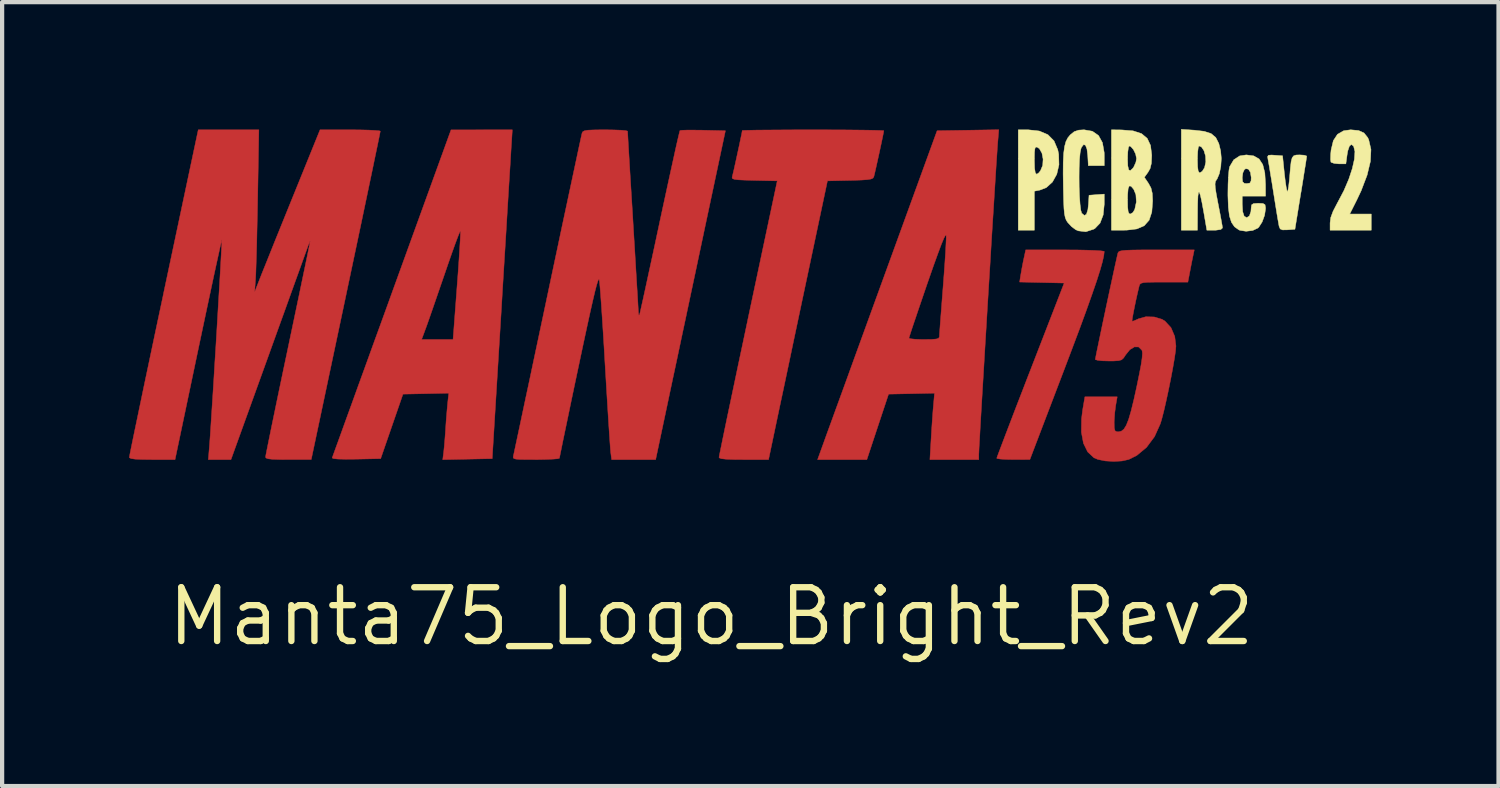
<source format=kicad_pcb>
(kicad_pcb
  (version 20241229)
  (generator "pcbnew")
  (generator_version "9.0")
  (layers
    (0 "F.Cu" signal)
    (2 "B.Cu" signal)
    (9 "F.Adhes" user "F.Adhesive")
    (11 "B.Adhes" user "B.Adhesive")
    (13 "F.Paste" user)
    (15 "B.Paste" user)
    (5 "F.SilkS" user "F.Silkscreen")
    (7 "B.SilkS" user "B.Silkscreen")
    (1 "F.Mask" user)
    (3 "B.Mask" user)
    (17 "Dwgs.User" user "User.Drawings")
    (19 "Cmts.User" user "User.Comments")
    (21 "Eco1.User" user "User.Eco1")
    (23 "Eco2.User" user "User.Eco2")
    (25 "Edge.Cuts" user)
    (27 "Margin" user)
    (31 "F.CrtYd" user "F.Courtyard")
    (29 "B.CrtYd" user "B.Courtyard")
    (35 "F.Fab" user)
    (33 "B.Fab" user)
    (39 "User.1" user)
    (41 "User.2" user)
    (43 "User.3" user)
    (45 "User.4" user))
  (footprint "Manta75_Logo_Bright_Rev2"
    (layer "F.Cu")
    (at 14.001 3.512)
    (property "Reference" "Manta75_Logo_Bright_Rev2" (at -0.25 8 180) (layer "F.SilkS") (effects (font (size 1.27 1.27) (thickness 0.15))))
    (attr through_hole)
    (fp_poly (pts (xy 8.376 -0.658) (xy 8.615 -0.653) (xy 8.811 -0.646) (xy 8.952 -0.637) (xy 9.026 -0.627) (xy 9.034 -0.622) (xy 9.023 -0.524) (xy 8.991 -0.378) (xy 8.935 -0.181) (xy 8.855 0.071) (xy 8.748 0.382) (xy 8.615 0.757) (xy 8.453 1.199) (xy 8.26 1.712) (xy 8.088 2.166) (xy 7.277 4.292) (xy 6.885 4.293) (xy 6.715 4.29) (xy 6.582 4.282) (xy 6.506 4.27) (xy 6.494 4.262) (xy 6.509 4.217) (xy 6.552 4.102) (xy 6.62 3.922) (xy 6.71 3.685) (xy 6.819 3.4) (xy 6.944 3.073) (xy 7.084 2.712) (xy 7.233 2.325) (xy 7.291 2.177) (xy 8.087 0.124) (xy 7.56 0.112) (xy 7.034 0.1) (xy 7.061 -0.069) (xy 7.087 -0.218) (xy 7.12 -0.39) (xy 7.133 -0.449) (xy 7.178 -0.659) (xy 8.106 -0.659) (xy 8.376 -0.658)) (stroke (width 0.01) (type solid)) (fill yes) (layer "F.Cu"))
    (fp_poly (pts (xy -4.968 -3.189) (xy -4.974 -3.1) (xy -4.984 -2.933) (xy -4.998 -2.696) (xy -5.017 -2.395) (xy -5.039 -2.036) (xy -5.064 -1.628) (xy -5.091 -1.176) (xy -5.121 -0.688) (xy -5.153 -0.171) (xy -5.186 0.37) (xy -5.205 0.695) (xy -5.424 4.272) (xy -6.593 4.296) (xy -6.57 4.115) (xy -6.557 3.988) (xy -6.542 3.809) (xy -6.527 3.611) (xy -6.524 3.553) (xy -6.51 3.348) (xy -6.493 3.145) (xy -6.478 2.98) (xy -6.475 2.948) (xy -6.45 2.725) (xy -6.991 2.737) (xy -7.532 2.748) (xy -8.059 4.272) (xy -8.64 4.284) (xy -8.883 4.286) (xy -9.063 4.282) (xy -9.173 4.271) (xy -9.205 4.255) (xy -9.189 4.21) (xy -9.146 4.091) (xy -9.078 3.904) (xy -8.987 3.653) (xy -8.876 3.345) (xy -8.745 2.985) (xy -8.598 2.577) (xy -8.435 2.129) (xy -8.26 1.645) (xy -8.192 1.457) (xy -7.092 1.457) (xy -6.349 1.457) (xy -6.253 0.184) (xy -6.229 -0.135) (xy -6.209 -0.426) (xy -6.193 -0.679) (xy -6.181 -0.882) (xy -6.174 -1.026) (xy -6.174 -1.1) (xy -6.175 -1.108) (xy -6.193 -1.075) (xy -6.235 -0.972) (xy -6.296 -0.81) (xy -6.372 -0.598) (xy -6.46 -0.347) (xy -6.545 -0.099) (xy -6.647 0.196) (xy -6.745 0.481) (xy -6.834 0.739) (xy -6.91 0.957) (xy -6.967 1.119) (xy -6.994 1.193) (xy -7.092 1.457) (xy -8.192 1.457) (xy -8.073 1.131) (xy -7.878 0.593) (xy -7.794 0.36) (xy -6.397 -3.494) (xy -4.949 -3.496) (xy -4.968 -3.189)) (stroke (width 0.01) (type solid)) (fill yes) (layer "F.Cu"))
    (fp_poly (pts (xy 2.521 -3.495) (xy 2.861 -3.494) (xy 3.163 -3.491) (xy 3.419 -3.488) (xy 3.621 -3.484) (xy 3.758 -3.48) (xy 3.823 -3.475) (xy 3.827 -3.474) (xy 3.818 -3.423) (xy 3.795 -3.309) (xy 3.762 -3.152) (xy 3.723 -2.971) (xy 3.682 -2.785) (xy 3.644 -2.614) (xy 3.613 -2.478) (xy 3.593 -2.396) (xy 3.59 -2.386) (xy 3.571 -2.355) (xy 3.525 -2.333) (xy 3.44 -2.319) (xy 3.301 -2.309) (xy 3.095 -2.302) (xy 3.031 -2.301) (xy 2.495 -2.289) (xy 1.998 0.06) (xy 1.898 0.531) (xy 1.798 1.005) (xy 1.699 1.472) (xy 1.605 1.92) (xy 1.517 2.337) (xy 1.438 2.711) (xy 1.37 3.029) (xy 1.317 3.281) (xy 1.302 3.352) (xy 1.104 4.294) (xy 0.518 4.294) (xy 0.27 4.292) (xy 0.098 4.285) (xy -0.009 4.273) (xy -0.059 4.255) (xy -0.066 4.241) (xy -0.058 4.192) (xy -0.032 4.067) (xy 0.008 3.871) (xy 0.061 3.613) (xy 0.127 3.296) (xy 0.204 2.93) (xy 0.291 2.518) (xy 0.385 2.069) (xy 0.487 1.589) (xy 0.594 1.083) (xy 0.622 0.949) (xy 1.309 -2.289) (xy 0.766 -2.301) (xy 0.543 -2.307) (xy 0.392 -2.314) (xy 0.3 -2.325) (xy 0.254 -2.342) (xy 0.242 -2.367) (xy 0.246 -2.386) (xy 0.261 -2.449) (xy 0.29 -2.572) (xy 0.326 -2.735) (xy 0.366 -2.919) (xy 0.406 -3.103) (xy 0.441 -3.269) (xy 0.468 -3.398) (xy 0.481 -3.47) (xy 0.482 -3.478) (xy 0.523 -3.482) (xy 0.64 -3.485) (xy 0.823 -3.489) (xy 1.063 -3.491) (xy 1.353 -3.493) (xy 1.682 -3.495) (xy 2.041 -3.496) (xy 2.155 -3.496) (xy 2.521 -3.495)) (stroke (width 0.01) (type solid)) (fill yes) (layer "F.Cu"))
    (fp_poly (pts (xy 6.517 -3.19) (xy 6.51 -3.094) (xy 6.499 -2.925) (xy 6.483 -2.689) (xy 6.465 -2.396) (xy 6.443 -2.051) (xy 6.419 -1.663) (xy 6.392 -1.24) (xy 6.364 -0.788) (xy 6.336 -0.317) (xy 6.306 0.167) (xy 6.276 0.656) (xy 6.247 1.142) (xy 6.218 1.618) (xy 6.191 2.076) (xy 6.165 2.508) (xy 6.141 2.906) (xy 6.12 3.264) (xy 6.102 3.573) (xy 6.088 3.826) (xy 6.077 4.015) (xy 6.072 4.133) (xy 6.07 4.168) (xy 6.07 4.294) (xy 4.915 4.294) (xy 4.944 3.796) (xy 4.958 3.564) (xy 4.974 3.329) (xy 4.989 3.124) (xy 4.999 3.012) (xy 5.024 2.725) (xy 4.481 2.737) (xy 3.939 2.748) (xy 3.682 3.521) (xy 3.426 4.294) (xy 2.262 4.294) (xy 2.396 3.923) (xy 2.43 3.828) (xy 2.491 3.659) (xy 2.577 3.424) (xy 2.684 3.129) (xy 2.811 2.781) (xy 2.955 2.385) (xy 3.113 1.948) (xy 3.284 1.478) (xy 3.303 1.426) (xy 4.419 1.426) (xy 4.458 1.44) (xy 4.563 1.451) (xy 4.713 1.457) (xy 4.779 1.457) (xy 4.957 1.455) (xy 5.066 1.446) (xy 5.121 1.427) (xy 5.139 1.396) (xy 5.139 1.39) (xy 5.142 1.33) (xy 5.151 1.199) (xy 5.165 1.007) (xy 5.184 0.766) (xy 5.205 0.489) (xy 5.226 0.221) (xy 5.249 -0.082) (xy 5.269 -0.363) (xy 5.285 -0.608) (xy 5.295 -0.806) (xy 5.301 -0.942) (xy 5.3 -1.002) (xy 5.285 -1.007) (xy 5.248 -0.939) (xy 5.188 -0.797) (xy 5.106 -0.578) (xy 4.999 -0.282) (xy 4.868 0.093) (xy 4.853 0.136) (xy 4.747 0.446) (xy 4.65 0.73) (xy 4.566 0.979) (xy 4.497 1.182) (xy 4.449 1.33) (xy 4.423 1.413) (xy 4.419 1.426) (xy 3.303 1.426) (xy 3.465 0.98) (xy 3.654 0.46) (xy 3.807 0.039) (xy 5.085 -3.474) (xy 5.814 -3.486) (xy 6.543 -3.498) (xy 6.517 -3.19)) (stroke (width 0.01) (type solid)) (fill yes) (layer "F.Cu"))
    (fp_poly (pts (xy 11.136 -0.543) (xy 11.114 -0.439) (xy 11.084 -0.288) (xy 11.06 -0.162) (xy 11.009 0.103) (xy 10.445 0.103) (xy 10.218 0.103) (xy 10.061 0.106) (xy 9.961 0.114) (xy 9.903 0.13) (xy 9.874 0.155) (xy 9.86 0.191) (xy 9.857 0.202) (xy 9.82 0.357) (xy 9.781 0.532) (xy 9.745 0.706) (xy 9.715 0.859) (xy 9.695 0.972) (xy 9.69 1.025) (xy 9.69 1.027) (xy 9.732 1.018) (xy 9.819 0.98) (xy 9.841 0.969) (xy 10.015 0.92) (xy 10.213 0.925) (xy 10.397 0.98) (xy 10.467 1.022) (xy 10.61 1.177) (xy 10.699 1.385) (xy 10.727 1.611) (xy 10.718 1.726) (xy 10.692 1.905) (xy 10.653 2.131) (xy 10.605 2.386) (xy 10.551 2.652) (xy 10.495 2.912) (xy 10.441 3.147) (xy 10.391 3.34) (xy 10.359 3.447) (xy 10.222 3.751) (xy 10.033 4.005) (xy 9.802 4.197) (xy 9.613 4.291) (xy 9.454 4.327) (xy 9.259 4.338) (xy 9.058 4.326) (xy 8.885 4.291) (xy 8.792 4.253) (xy 8.642 4.113) (xy 8.542 3.909) (xy 8.493 3.646) (xy 8.497 3.33) (xy 8.524 3.116) (xy 8.576 2.812) (xy 9.34 2.812) (xy 9.305 3.013) (xy 9.282 3.187) (xy 9.269 3.376) (xy 9.268 3.426) (xy 9.271 3.551) (xy 9.288 3.614) (xy 9.329 3.636) (xy 9.37 3.638) (xy 9.437 3.623) (xy 9.498 3.575) (xy 9.554 3.484) (xy 9.61 3.342) (xy 9.669 3.14) (xy 9.735 2.87) (xy 9.799 2.58) (xy 9.86 2.283) (xy 9.903 2.059) (xy 9.927 1.897) (xy 9.935 1.789) (xy 9.928 1.724) (xy 9.922 1.71) (xy 9.846 1.634) (xy 9.747 1.632) (xy 9.638 1.698) (xy 9.539 1.821) (xy 9.49 1.895) (xy 9.442 1.938) (xy 9.37 1.958) (xy 9.253 1.965) (xy 9.136 1.965) (xy 8.985 1.961) (xy 8.874 1.948) (xy 8.823 1.931) (xy 8.822 1.927) (xy 8.831 1.878) (xy 8.854 1.759) (xy 8.891 1.582) (xy 8.937 1.36) (xy 8.99 1.106) (xy 9.048 0.832) (xy 9.108 0.55) (xy 9.167 0.274) (xy 9.223 0.016) (xy 9.272 -0.212) (xy 9.313 -0.397) (xy 9.342 -0.526) (xy 9.356 -0.585) (xy 9.37 -0.61) (xy 9.401 -0.629) (xy 9.461 -0.642) (xy 9.561 -0.651) (xy 9.71 -0.656) (xy 9.921 -0.659) (xy 10.203 -0.659) (xy 10.269 -0.659) (xy 11.16 -0.659) (xy 11.136 -0.543)) (stroke (width 0.01) (type solid)) (fill yes) (layer "F.Cu"))
    (fp_poly (pts (xy -10.964 -1.898) (xy -10.971 -1.523) (xy -10.979 -1.162) (xy -10.986 -0.827) (xy -10.994 -0.529) (xy -11.002 -0.281) (xy -11.008 -0.094) (xy -11.014 0.018) (xy -11.036 0.336) (xy -10.895 -0.024) (xy -10.847 -0.145) (xy -10.771 -0.333) (xy -10.673 -0.577) (xy -10.557 -0.867) (xy -10.426 -1.19) (xy -10.286 -1.536) (xy -10.141 -1.894) (xy -10.122 -1.94) (xy -9.491 -3.496) (xy -8.78 -3.496) (xy -8.545 -3.494) (xy -8.343 -3.489) (xy -8.187 -3.481) (xy -8.091 -3.472) (xy -8.067 -3.464) (xy -8.076 -3.419) (xy -8.1 -3.297) (xy -8.14 -3.103) (xy -8.194 -2.845) (xy -8.26 -2.526) (xy -8.338 -2.154) (xy -8.426 -1.734) (xy -8.523 -1.271) (xy -8.628 -0.773) (xy -8.74 -0.243) (xy -8.857 0.311) (xy -8.882 0.431) (xy -9.699 4.293) (xy -10.239 4.293) (xy -10.468 4.292) (xy -10.624 4.286) (xy -10.72 4.275) (xy -10.768 4.256) (xy -10.778 4.234) (xy -10.77 4.183) (xy -10.745 4.056) (xy -10.706 3.862) (xy -10.654 3.606) (xy -10.59 3.297) (xy -10.517 2.942) (xy -10.435 2.549) (xy -10.346 2.124) (xy -10.251 1.674) (xy -10.249 1.664) (xy -10.155 1.216) (xy -10.066 0.792) (xy -9.984 0.401) (xy -9.911 0.049) (xy -9.847 -0.257) (xy -9.795 -0.508) (xy -9.756 -0.699) (xy -9.732 -0.822) (xy -9.723 -0.869) (xy -9.723 -0.869) (xy -9.737 -0.846) (xy -9.771 -0.762) (xy -9.808 -0.659) (xy -9.838 -0.577) (xy -9.893 -0.424) (xy -9.971 -0.206) (xy -10.07 0.067) (xy -10.186 0.389) (xy -10.316 0.751) (xy -10.459 1.146) (xy -10.61 1.565) (xy -10.743 1.934) (xy -11.595 4.294) (xy -12.13 4.294) (xy -12.108 4.029) (xy -12.098 3.901) (xy -12.084 3.707) (xy -12.068 3.458) (xy -12.049 3.161) (xy -12.027 2.826) (xy -12.004 2.462) (xy -11.981 2.078) (xy -11.956 1.683) (xy -11.932 1.286) (xy -11.909 0.895) (xy -11.887 0.521) (xy -11.866 0.172) (xy -11.848 -0.143) (xy -11.833 -0.416) (xy -11.821 -0.636) (xy -11.813 -0.795) (xy -11.809 -0.884) (xy -11.81 -0.9) (xy -11.82 -0.862) (xy -11.847 -0.748) (xy -11.887 -0.565) (xy -11.941 -0.32) (xy -12.006 -0.02) (xy -12.08 0.328) (xy -12.163 0.717) (xy -12.253 1.141) (xy -12.348 1.591) (xy -12.369 1.69) (xy -12.916 4.294) (xy -13.456 4.294) (xy -13.693 4.291) (xy -13.856 4.284) (xy -13.953 4.27) (xy -13.994 4.25) (xy -13.996 4.241) (xy -13.988 4.193) (xy -13.963 4.067) (xy -13.923 3.871) (xy -13.869 3.61) (xy -13.802 3.289) (xy -13.724 2.914) (xy -13.636 2.492) (xy -13.538 2.028) (xy -13.433 1.529) (xy -13.321 0.999) (xy -13.203 0.445) (xy -13.183 0.346) (xy -12.368 -3.496) (xy -10.936 -3.496) (xy -10.964 -1.898)) (stroke (width 0.01) (type solid)) (fill yes) (layer "F.Cu"))
    (fp_poly (pts (xy -2.553 -3.493) (xy -2.388 -3.487) (xy -2.274 -3.477) (xy -2.227 -3.465) (xy -2.227 -3.464) (xy -2.224 -3.417) (xy -2.217 -3.293) (xy -2.206 -3.101) (xy -2.191 -2.85) (xy -2.173 -2.547) (xy -2.152 -2.201) (xy -2.128 -1.819) (xy -2.103 -1.411) (xy -2.1 -1.358) (xy -2.075 -0.944) (xy -2.051 -0.553) (xy -2.03 -0.194) (xy -2.011 0.124) (xy -1.994 0.394) (xy -1.982 0.605) (xy -1.974 0.75) (xy -1.97 0.82) (xy -1.97 0.822) (xy -1.961 0.883) (xy -1.946 0.878) (xy -1.933 0.828) (xy -1.905 0.703) (xy -1.862 0.511) (xy -1.807 0.26) (xy -1.742 -0.041) (xy -1.667 -0.386) (xy -1.585 -0.766) (xy -1.498 -1.173) (xy -1.468 -1.315) (xy -1.379 -1.728) (xy -1.295 -2.116) (xy -1.218 -2.47) (xy -1.149 -2.784) (xy -1.091 -3.049) (xy -1.044 -3.257) (xy -1.01 -3.4) (xy -0.992 -3.471) (xy -0.989 -3.478) (xy -0.941 -3.485) (xy -0.826 -3.489) (xy -0.659 -3.489) (xy -0.459 -3.487) (xy -0.442 -3.486) (xy 0.085 -3.474) (xy -0.414 -1.125) (xy -0.519 -0.628) (xy -0.63 -0.104) (xy -0.744 0.431) (xy -0.856 0.961) (xy -0.965 1.472) (xy -1.065 1.947) (xy -1.156 2.371) (xy -1.232 2.73) (xy -1.238 2.759) (xy -1.563 4.294) (xy -2.603 4.294) (xy -2.626 4.114) (xy -2.633 4.034) (xy -2.644 3.88) (xy -2.659 3.66) (xy -2.677 3.385) (xy -2.697 3.063) (xy -2.719 2.705) (xy -2.742 2.32) (xy -2.758 2.05) (xy -2.781 1.655) (xy -2.804 1.282) (xy -2.826 0.941) (xy -2.846 0.641) (xy -2.864 0.392) (xy -2.879 0.202) (xy -2.891 0.081) (xy -2.897 0.042) (xy -2.908 0.035) (xy -2.928 0.076) (xy -2.958 0.172) (xy -2.998 0.326) (xy -3.049 0.542) (xy -3.113 0.825) (xy -3.19 1.178) (xy -3.282 1.606) (xy -3.381 2.074) (xy -3.469 2.489) (xy -3.551 2.879) (xy -3.625 3.237) (xy -3.691 3.553) (xy -3.747 3.821) (xy -3.79 4.032) (xy -3.82 4.179) (xy -3.835 4.254) (xy -3.836 4.262) (xy -3.875 4.274) (xy -3.984 4.283) (xy -4.146 4.29) (xy -4.346 4.294) (xy -4.391 4.294) (xy -4.616 4.293) (xy -4.769 4.291) (xy -4.864 4.283) (xy -4.913 4.269) (xy -4.929 4.245) (xy -4.925 4.21) (xy -4.922 4.198) (xy -4.91 4.144) (xy -4.882 4.012) (xy -4.839 3.81) (xy -4.782 3.543) (xy -4.713 3.217) (xy -4.633 2.839) (xy -4.542 2.415) (xy -4.444 1.949) (xy -4.338 1.45) (xy -4.226 0.922) (xy -4.111 0.378) (xy -3.995 -0.172) (xy -3.883 -0.699) (xy -3.778 -1.197) (xy -3.679 -1.66) (xy -3.589 -2.082) (xy -3.509 -2.457) (xy -3.44 -2.78) (xy -3.384 -3.044) (xy -3.341 -3.243) (xy -3.313 -3.371) (xy -3.301 -3.422) (xy -3.283 -3.453) (xy -3.242 -3.474) (xy -3.163 -3.487) (xy -3.032 -3.493) (xy -2.835 -3.496) (xy -2.753 -3.496) (xy -2.553 -3.493)) (stroke (width 0.01) (type solid)) (fill yes) (layer "F.Cu"))
    (fp_poly (pts (xy 8.376 -0.658) (xy 8.615 -0.653) (xy 8.811 -0.646) (xy 8.952 -0.637) (xy 9.026 -0.627) (xy 9.034 -0.622) (xy 9.023 -0.524) (xy 8.991 -0.378) (xy 8.935 -0.181) (xy 8.855 0.071) (xy 8.748 0.382) (xy 8.615 0.757) (xy 8.453 1.199) (xy 8.26 1.712) (xy 8.088 2.166) (xy 7.277 4.292) (xy 6.885 4.293) (xy 6.715 4.29) (xy 6.582 4.282) (xy 6.506 4.27) (xy 6.494 4.262) (xy 6.509 4.217) (xy 6.552 4.102) (xy 6.62 3.922) (xy 6.71 3.685) (xy 6.819 3.4) (xy 6.944 3.073) (xy 7.084 2.712) (xy 7.233 2.325) (xy 7.291 2.177) (xy 8.087 0.124) (xy 7.56 0.112) (xy 7.034 0.1) (xy 7.061 -0.069) (xy 7.087 -0.218) (xy 7.12 -0.39) (xy 7.133 -0.449) (xy 7.178 -0.659) (xy 8.106 -0.659) (xy 8.376 -0.658)) (stroke (width 0.01) (type solid)) (fill yes) (layer "F.Mask"))
    (fp_poly (pts (xy 11.136 -0.543) (xy 11.114 -0.439) (xy 11.084 -0.288) (xy 11.06 -0.162) (xy 11.009 0.103) (xy 10.445 0.103) (xy 10.218 0.103) (xy 10.061 0.106) (xy 9.961 0.114) (xy 9.903 0.13) (xy 9.874 0.155) (xy 9.86 0.191) (xy 9.857 0.202) (xy 9.82 0.357) (xy 9.781 0.532) (xy 9.745 0.706) (xy 9.715 0.859) (xy 9.695 0.972) (xy 9.69 1.025) (xy 9.69 1.027) (xy 9.732 1.018) (xy 9.819 0.98) (xy 9.841 0.969) (xy 10.015 0.92) (xy 10.213 0.925) (xy 10.397 0.98) (xy 10.467 1.022) (xy 10.61 1.177) (xy 10.699 1.385) (xy 10.727 1.611) (xy 10.718 1.726) (xy 10.692 1.905) (xy 10.653 2.131) (xy 10.605 2.386) (xy 10.551 2.652) (xy 10.495 2.912) (xy 10.441 3.147) (xy 10.391 3.34) (xy 10.359 3.447) (xy 10.222 3.751) (xy 10.033 4.005) (xy 9.802 4.197) (xy 9.613 4.291) (xy 9.454 4.327) (xy 9.259 4.338) (xy 9.058 4.326) (xy 8.885 4.291) (xy 8.792 4.253) (xy 8.642 4.113) (xy 8.542 3.909) (xy 8.493 3.646) (xy 8.497 3.33) (xy 8.524 3.116) (xy 8.576 2.812) (xy 9.34 2.812) (xy 9.305 3.013) (xy 9.282 3.187) (xy 9.269 3.376) (xy 9.268 3.426) (xy 9.271 3.551) (xy 9.288 3.614) (xy 9.329 3.636) (xy 9.37 3.638) (xy 9.437 3.623) (xy 9.498 3.575) (xy 9.554 3.484) (xy 9.61 3.342) (xy 9.669 3.14) (xy 9.735 2.87) (xy 9.799 2.58) (xy 9.86 2.283) (xy 9.903 2.059) (xy 9.927 1.897) (xy 9.935 1.789) (xy 9.928 1.724) (xy 9.922 1.71) (xy 9.846 1.634) (xy 9.747 1.632) (xy 9.638 1.698) (xy 9.539 1.821) (xy 9.49 1.895) (xy 9.442 1.938) (xy 9.37 1.958) (xy 9.253 1.965) (xy 9.136 1.965) (xy 8.985 1.961) (xy 8.874 1.948) (xy 8.823 1.931) (xy 8.822 1.927) (xy 8.831 1.878) (xy 8.854 1.759) (xy 8.891 1.582) (xy 8.937 1.36) (xy 8.99 1.106) (xy 9.048 0.832) (xy 9.108 0.55) (xy 9.167 0.274) (xy 9.223 0.016) (xy 9.272 -0.212) (xy 9.313 -0.397) (xy 9.342 -0.526) (xy 9.356 -0.585) (xy 9.37 -0.61) (xy 9.401 -0.629) (xy 9.461 -0.642) (xy 9.561 -0.651) (xy 9.71 -0.656) (xy 9.921 -0.659) (xy 10.203 -0.659) (xy 10.269 -0.659) (xy 11.16 -0.659) (xy 11.136 -0.543)) (stroke (width 0.01) (type solid)) (fill yes) (layer "F.Mask"))
    (fp_poly (pts (xy 7.499 -3.467) (xy 7.702 -3.381) (xy 7.847 -3.234) (xy 7.936 -3.024) (xy 7.957 -2.918) (xy 7.964 -2.67) (xy 7.912 -2.446) (xy 7.81 -2.262) (xy 7.664 -2.13) (xy 7.514 -2.072) (xy 7.383 -2.046) (xy 7.383 -1.125) (xy 7.002 -1.125) (xy 7.002 -2.775) (xy 7.383 -2.775) (xy 7.388 -2.587) (xy 7.405 -2.479) (xy 7.438 -2.445) (xy 7.489 -2.481) (xy 7.528 -2.531) (xy 7.58 -2.656) (xy 7.589 -2.803) (xy 7.562 -2.944) (xy 7.501 -3.051) (xy 7.449 -3.086) (xy 7.416 -3.088) (xy 7.396 -3.053) (xy 7.386 -2.965) (xy 7.383 -2.81) (xy 7.383 -2.775) (xy 7.002 -2.775) (xy 7.002 -3.496) (xy 7.236 -3.496) (xy 7.499 -3.467)) (stroke (width 0.01) (type solid)) (fill yes) (layer "F.SilkS"))
    (fp_poly (pts (xy 15.042 -3.479) (xy 15.169 -3.422) (xy 15.256 -3.314) (xy 15.281 -3.261) (xy 15.334 -3.032) (xy 15.321 -2.752) (xy 15.243 -2.426) (xy 15.102 -2.056) (xy 14.997 -1.834) (xy 14.832 -1.506) (xy 15.341 -1.506) (xy 15.341 -1.125) (xy 14.368 -1.125) (xy 14.368 -1.296) (xy 14.384 -1.423) (xy 14.44 -1.574) (xy 14.541 -1.769) (xy 14.555 -1.794) (xy 14.696 -2.062) (xy 14.81 -2.329) (xy 14.893 -2.581) (xy 14.943 -2.803) (xy 14.955 -2.982) (xy 14.925 -3.105) (xy 14.922 -3.11) (xy 14.871 -3.15) (xy 14.825 -3.111) (xy 14.786 -2.997) (xy 14.77 -2.903) (xy 14.741 -2.691) (xy 14.578 -2.691) (xy 14.466 -2.702) (xy 14.395 -2.727) (xy 14.388 -2.734) (xy 14.379 -2.797) (xy 14.382 -2.915) (xy 14.392 -3.019) (xy 14.445 -3.24) (xy 14.543 -3.39) (xy 14.69 -3.474) (xy 14.854 -3.496) (xy 15.042 -3.479)) (stroke (width 0.01) (type solid)) (fill yes) (layer "F.SilkS"))
    (fp_poly (pts (xy 13.755 -2.896) (xy 13.812 -2.878) (xy 13.816 -2.871) (xy 13.809 -2.822) (xy 13.791 -2.701) (xy 13.762 -2.524) (xy 13.727 -2.302) (xy 13.686 -2.049) (xy 13.676 -1.993) (xy 13.538 -1.146) (xy 13.362 -1.133) (xy 13.247 -1.131) (xy 13.19 -1.154) (xy 13.165 -1.213) (xy 13.163 -1.218) (xy 13.15 -1.292) (xy 13.125 -1.433) (xy 13.094 -1.624) (xy 13.058 -1.849) (xy 13.035 -1.993) (xy 12.997 -2.232) (xy 12.961 -2.449) (xy 12.932 -2.628) (xy 12.91 -2.751) (xy 12.903 -2.789) (xy 12.892 -2.863) (xy 12.914 -2.895) (xy 12.988 -2.9) (xy 13.062 -2.895) (xy 13.246 -2.882) (xy 13.288 -2.472) (xy 13.309 -2.294) (xy 13.33 -2.15) (xy 13.349 -2.058) (xy 13.357 -2.036) (xy 13.372 -2.063) (xy 13.389 -2.157) (xy 13.406 -2.302) (xy 13.413 -2.383) (xy 13.431 -2.599) (xy 13.448 -2.746) (xy 13.472 -2.835) (xy 13.509 -2.882) (xy 13.565 -2.9) (xy 13.646 -2.903) (xy 13.651 -2.903) (xy 13.755 -2.896)) (stroke (width 0.01) (type solid)) (fill yes) (layer "F.SilkS"))
    (fp_poly (pts (xy 11.161 -3.487) (xy 11.393 -3.46) (xy 11.557 -3.407) (xy 11.668 -3.314) (xy 11.74 -3.172) (xy 11.783 -2.997) (xy 11.799 -2.82) (xy 11.787 -2.631) (xy 11.752 -2.459) (xy 11.699 -2.334) (xy 11.684 -2.314) (xy 11.66 -2.275) (xy 11.651 -2.215) (xy 11.657 -2.12) (xy 11.68 -1.975) (xy 11.72 -1.763) (xy 11.725 -1.739) (xy 11.764 -1.538) (xy 11.796 -1.366) (xy 11.818 -1.24) (xy 11.827 -1.178) (xy 11.827 -1.178) (xy 11.787 -1.141) (xy 11.671 -1.125) (xy 11.642 -1.125) (xy 11.457 -1.125) (xy 11.386 -1.538) (xy 11.341 -1.783) (xy 11.306 -1.944) (xy 11.279 -2.022) (xy 11.26 -2.018) (xy 11.247 -1.931) (xy 11.24 -1.762) (xy 11.238 -1.622) (xy 11.235 -1.125) (xy 10.854 -1.125) (xy 10.854 -2.797) (xy 11.235 -2.797) (xy 11.239 -2.626) (xy 11.252 -2.526) (xy 11.278 -2.483) (xy 11.293 -2.48) (xy 11.348 -2.515) (xy 11.402 -2.601) (xy 11.404 -2.607) (xy 11.433 -2.737) (xy 11.426 -2.877) (xy 11.389 -3.003) (xy 11.331 -3.09) (xy 11.272 -3.115) (xy 11.254 -3.076) (xy 11.241 -2.973) (xy 11.235 -2.827) (xy 11.235 -2.797) (xy 10.854 -2.797) (xy 10.854 -3.507) (xy 11.161 -3.487)) (stroke (width 0.01) (type solid)) (fill yes) (layer "F.SilkS"))
    (fp_poly (pts (xy 8.753 -3.462) (xy 8.898 -3.361) (xy 8.991 -3.193) (xy 9.032 -2.96) (xy 9.034 -2.885) (xy 9.034 -2.649) (xy 8.657 -2.649) (xy 8.644 -2.889) (xy 8.625 -3.043) (xy 8.59 -3.131) (xy 8.546 -3.147) (xy 8.498 -3.085) (xy 8.484 -3.052) (xy 8.464 -2.955) (xy 8.449 -2.798) (xy 8.441 -2.598) (xy 8.439 -2.374) (xy 8.441 -2.145) (xy 8.449 -1.927) (xy 8.462 -1.739) (xy 8.479 -1.599) (xy 8.501 -1.525) (xy 8.502 -1.525) (xy 8.565 -1.472) (xy 8.613 -1.501) (xy 8.647 -1.611) (xy 8.661 -1.739) (xy 8.674 -1.95) (xy 8.854 -1.964) (xy 9.034 -1.977) (xy 9.034 -1.74) (xy 9.008 -1.484) (xy 8.934 -1.291) (xy 8.812 -1.164) (xy 8.785 -1.149) (xy 8.598 -1.088) (xy 8.422 -1.109) (xy 8.36 -1.136) (xy 8.263 -1.208) (xy 8.171 -1.307) (xy 8.17 -1.308) (xy 8.136 -1.361) (xy 8.112 -1.424) (xy 8.094 -1.511) (xy 8.082 -1.638) (xy 8.074 -1.819) (xy 8.068 -2.067) (xy 8.067 -2.11) (xy 8.062 -2.456) (xy 8.064 -2.729) (xy 8.075 -2.94) (xy 8.096 -3.099) (xy 8.128 -3.218) (xy 8.174 -3.308) (xy 8.23 -3.376) (xy 8.325 -3.453) (xy 8.429 -3.488) (xy 8.557 -3.496) (xy 8.753 -3.462)) (stroke (width 0.01) (type solid)) (fill yes) (layer "F.SilkS"))
    (fp_poly (pts (xy 9.446 -3.493) (xy 9.715 -3.471) (xy 9.914 -3.406) (xy 10.049 -3.293) (xy 10.127 -3.127) (xy 10.155 -2.902) (xy 10.155 -2.883) (xy 10.147 -2.705) (xy 10.117 -2.581) (xy 10.068 -2.494) (xy 9.981 -2.374) (xy 10.079 -2.23) (xy 10.138 -2.121) (xy 10.168 -1.996) (xy 10.177 -1.821) (xy 10.177 -1.813) (xy 10.157 -1.553) (xy 10.094 -1.361) (xy 9.979 -1.231) (xy 9.805 -1.155) (xy 9.566 -1.126) (xy 9.501 -1.125) (xy 9.203 -1.125) (xy 9.203 -1.845) (xy 9.584 -1.845) (xy 9.587 -1.671) (xy 9.598 -1.567) (xy 9.619 -1.517) (xy 9.649 -1.506) (xy 9.71 -1.541) (xy 9.754 -1.615) (xy 9.792 -1.791) (xy 9.781 -1.964) (xy 9.73 -2.089) (xy 9.667 -2.163) (xy 9.624 -2.17) (xy 9.598 -2.106) (xy 9.586 -1.965) (xy 9.584 -1.845) (xy 9.203 -1.845) (xy 9.203 -2.818) (xy 9.584 -2.818) (xy 9.59 -2.644) (xy 9.611 -2.55) (xy 9.649 -2.531) (xy 9.707 -2.585) (xy 9.73 -2.616) (xy 9.781 -2.73) (xy 9.796 -2.818) (xy 9.775 -2.923) (xy 9.724 -3.028) (xy 9.661 -3.1) (xy 9.624 -3.115) (xy 9.604 -3.076) (xy 9.59 -2.974) (xy 9.584 -2.83) (xy 9.584 -2.818) (xy 9.203 -2.818) (xy 9.203 -3.496) (xy 9.446 -3.493)) (stroke (width 0.01) (type solid)) (fill yes) (layer "F.SilkS"))
    (fp_poly (pts (xy 12.564 -2.88) (xy 12.692 -2.806) (xy 12.778 -2.674) (xy 12.827 -2.477) (xy 12.843 -2.207) (xy 12.843 -2.194) (xy 12.844 -1.929) (xy 12.293 -1.929) (xy 12.293 -1.742) (xy 12.304 -1.561) (xy 12.338 -1.457) (xy 12.397 -1.421) (xy 12.399 -1.421) (xy 12.462 -1.46) (xy 12.498 -1.566) (xy 12.505 -1.658) (xy 12.515 -1.724) (xy 12.56 -1.753) (xy 12.664 -1.76) (xy 12.674 -1.76) (xy 12.783 -1.755) (xy 12.831 -1.728) (xy 12.843 -1.66) (xy 12.844 -1.632) (xy 12.821 -1.476) (xy 12.763 -1.318) (xy 12.685 -1.197) (xy 12.664 -1.176) (xy 12.541 -1.118) (xy 12.385 -1.099) (xy 12.239 -1.121) (xy 12.209 -1.135) (xy 12.11 -1.206) (xy 12.039 -1.31) (xy 11.991 -1.459) (xy 11.965 -1.665) (xy 11.955 -1.939) (xy 11.955 -2.001) (xy 11.958 -2.211) (xy 11.965 -2.365) (xy 12.293 -2.365) (xy 12.302 -2.269) (xy 12.342 -2.231) (xy 12.399 -2.226) (xy 12.472 -2.237) (xy 12.501 -2.289) (xy 12.505 -2.369) (xy 12.487 -2.491) (xy 12.44 -2.566) (xy 12.378 -2.578) (xy 12.343 -2.555) (xy 12.308 -2.48) (xy 12.293 -2.369) (xy 12.293 -2.365) (xy 11.965 -2.365) (xy 11.967 -2.4) (xy 11.98 -2.545) (xy 11.995 -2.623) (xy 12.092 -2.787) (xy 12.232 -2.879) (xy 12.39 -2.903) (xy 12.564 -2.88)) (stroke (width 0.01) (type solid)) (fill yes) (layer "F.SilkS")))
  (gr_rect
    (start -3 -3)
    (end 32.348 15.518)
    (stroke (width 0.1) (type default))
    (fill no)
    (layer "Edge.Cuts")))
</source>
